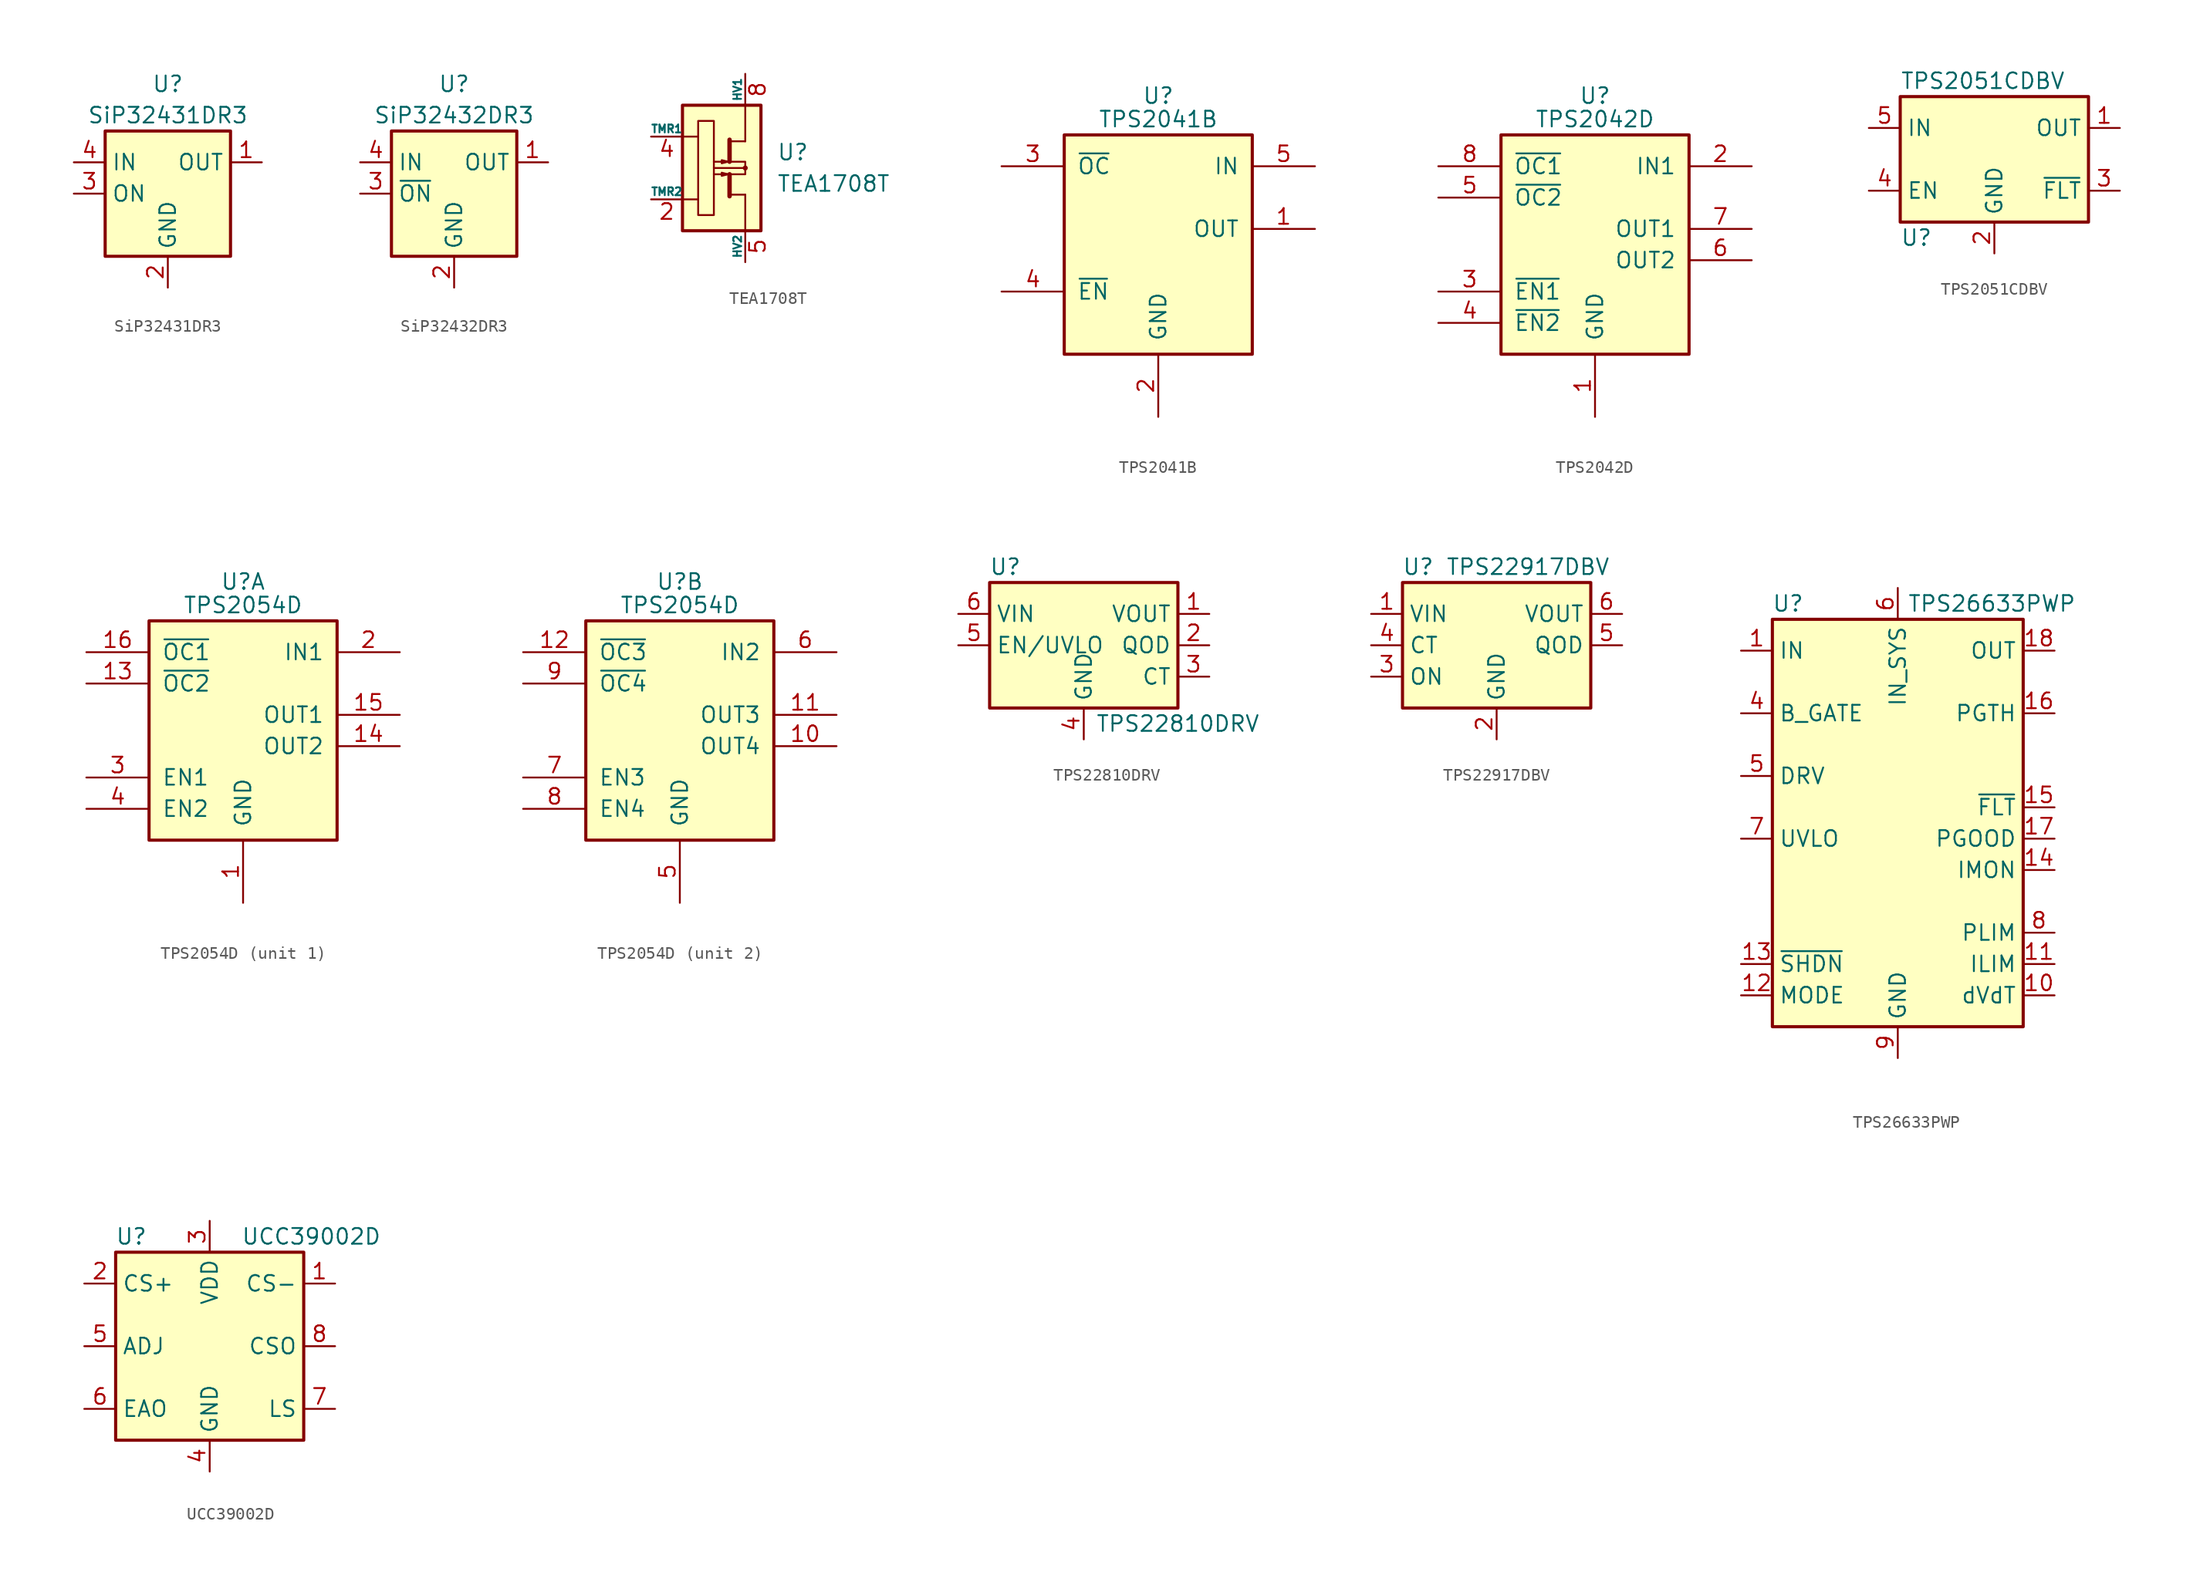
<source format=kicad_sym>
(kicad_symbol_lib
  (version 20231120)
  (generator "kicad_symbol_editor")
  (generator_version "8.0")
  (symbol "SiP32431DR3"
    (property "Reference" "U"
      (at 0 8.89 0)
      (effects (font (size 1.27 1.27))))
    (property "Value" "SiP32431DR3"
      (at 0 6.35 0)
      (effects (font (size 1.27 1.27))))
    (symbol "SiP32431DR3_0_1"
      (rectangle (start -5.08 5.08) (end 5.08 -5.08) (stroke (width 0.254) (type default)) (fill (type background))))
    (symbol "SiP32431DR3_1_1"
      (pin passive line (at 7.62 2.54 180) (length 2.54) (name "OUT" (effects (font (size 1.27 1.27)))) (number "1" (effects (font (size 1.27 1.27)))))
      (pin power_in line (at 0 -7.62 90) (length 2.54) (name "GND" (effects (font (size 1.27 1.27)))) (number "2" (effects (font (size 1.27 1.27)))))
      (pin input line (at -7.62 0 0) (length 2.54) (name "ON" (effects (font (size 1.27 1.27)))) (number "3" (effects (font (size 1.27 1.27)))))
      (pin passive line (at -7.62 2.54 0) (length 2.54) (name "IN" (effects (font (size 1.27 1.27)))) (number "4" (effects (font (size 1.27 1.27)))))
      (pin passive line (at 0 -7.62 90) (length 2.54) hide (name "GND" (effects (font (size 1.27 1.27)))) (number "5" (effects (font (size 1.27 1.27)))))
      (pin no_connect line (at 5.08 0 180) (length 2.54) hide (name "NC" (effects (font (size 1.27 1.27)))) (number "6" (effects (font (size 1.27 1.27)))))))
  (symbol "SiP32432DR3"
    (property "Reference" "U"
      (at 0 8.89 0)
      (effects (font (size 1.27 1.27))))
    (property "Value" "SiP32432DR3"
      (at 0 6.35 0)
      (effects (font (size 1.27 1.27))))
    (symbol "SiP32432DR3_0_1"
      (rectangle (start -5.08 5.08) (end 5.08 -5.08) (stroke (width 0.254) (type default)) (fill (type background))))
    (symbol "SiP32432DR3_1_1"
      (pin passive line (at 7.62 2.54 180) (length 2.54) (name "OUT" (effects (font (size 1.27 1.27)))) (number "1" (effects (font (size 1.27 1.27)))))
      (pin power_in line (at 0 -7.62 90) (length 2.54) (name "GND" (effects (font (size 1.27 1.27)))) (number "2" (effects (font (size 1.27 1.27)))))
      (pin input line (at -7.62 0 0) (length 2.54) (name "~{ON}" (effects (font (size 1.27 1.27)))) (number "3" (effects (font (size 1.27 1.27)))))
      (pin passive line (at -7.62 2.54 0) (length 2.54) (name "IN" (effects (font (size 1.27 1.27)))) (number "4" (effects (font (size 1.27 1.27)))))
      (pin passive line (at 0 -7.62 90) (length 2.54) hide (name "GND" (effects (font (size 1.27 1.27)))) (number "5" (effects (font (size 1.27 1.27)))))
      (pin no_connect line (at 5.08 0 180) (length 2.54) hide (name "NC" (effects (font (size 1.27 1.27)))) (number "6" (effects (font (size 1.27 1.27)))))))
  (symbol "TEA1708T"
    (pin_names
      (offset 0))
    (property "Reference" "U"
      (at 5.08 1.27 0)
      (effects (font (size 1.27 1.27)) (justify left)))
    (property "Value" "TEA1708T"
      (at 5.08 -1.27 0)
      (effects (font (size 1.27 1.27)) (justify left)))
    (symbol "TEA1708T_0_1"
      (rectangle (start -2.54 5.08) (end 3.81 -5.08) (stroke (width 0.254) (type default)) (fill (type background)))
      (rectangle (start -1.27 3.81) (end 0 -3.81) (stroke (width 0) (type default)) (fill (type none)))
      (polyline (pts (xy -2.54 2.54) (xy -1.27 2.54)) (stroke (width 0) (type default)) (fill (type none)))
      (polyline (pts (xy -1.27 -2.54) (xy -2.54 -2.54)) (stroke (width 0) (type default)) (fill (type none)))
      (polyline (pts (xy 1.27 -2.159) (xy 2.54 -2.159)) (stroke (width 0) (type default)) (fill (type none)))
      (polyline (pts (xy 1.27 2.159) (xy 2.54 2.159)) (stroke (width 0) (type default)) (fill (type none)))
      (polyline (pts (xy 2.413 0) (xy 0 0)) (stroke (width 0) (type default)) (fill (type none)))
      (polyline (pts (xy 2.54 2.159) (xy 2.54 5.08)) (stroke (width 0) (type default)) (fill (type none)))
      (polyline (pts (xy 1.27 -0.508) (xy 1.27 -2.286) (xy 1.27 -2.286)) (stroke (width 0.356) (type default)) (fill (type none)))
      (polyline (pts (xy 1.27 2.286) (xy 1.27 0.508) (xy 1.27 2.032)) (stroke (width 0.356) (type default)) (fill (type none)))
      (polyline (pts (xy 2.54 -2.159) (xy 2.54 -5.08) (xy 2.54 -3.175)) (stroke (width 0) (type default)) (fill (type none)))
      (polyline (pts (xy 0 0.508) (xy 2.54 0.508) (xy 2.54 -0.508) (xy 0 -0.508)) (stroke (width 0) (type default)) (fill (type none)))
      (circle (center 2.54 0) (radius 0.127) (stroke (width 0) (type default)) (fill (type none))))
    (symbol "TEA1708T_1_1"
      (polyline (pts (xy 1.143 -0.508) (xy 0.635 -0.635) (xy 0.635 -0.381) (xy 1.143 -0.508)) (stroke (width 0) (type default)) (fill (type none)))
      (polyline (pts (xy 1.143 0.508) (xy 0.635 0.381) (xy 0.635 0.635) (xy 1.143 0.508)) (stroke (width 0) (type default)) (fill (type none)))
      (pin no_connect line (at -2.54 5.08 0) (length 2.54) hide (name "NC" (effects (font (size 1.27 1.27)))) (number "1" (effects (font (size 1.27 1.27)))))
      (pin passive line (at -5.08 -2.54 0) (length 2.54) (name "TMR2" (effects (font (size 0.635 0.635)))) (number "2" (effects (font (size 1.27 1.27)))))
      (pin no_connect line (at -2.54 2.54 0) (length 2.54) hide (name "NC" (effects (font (size 1.27 1.27)))) (number "3" (effects (font (size 1.27 1.27)))))
      (pin passive line (at -5.08 2.54 0) (length 2.54) (name "TMR1" (effects (font (size 0.635 0.635)))) (number "4" (effects (font (size 1.27 1.27)))))
      (pin passive line (at 2.54 -7.62 90) (length 2.54) (name "HV2" (effects (font (size 0.635 0.635)))) (number "5" (effects (font (size 1.27 1.27)))))
      (pin no_connect line (at -2.54 -2.54 0) (length 2.54) hide (name "NC" (effects (font (size 1.27 1.27)))) (number "6" (effects (font (size 1.27 1.27)))))
      (pin no_connect line (at -2.54 -5.08 0) (length 2.54) hide (name "NC" (effects (font (size 1.27 1.27)))) (number "7" (effects (font (size 1.27 1.27)))))
      (pin passive line (at 2.54 7.62 270) (length 2.54) (name "HV1" (effects (font (size 0.635 0.635)))) (number "8" (effects (font (size 1.27 1.27)))))))
  (symbol "TPS2041B"
    (pin_names
      (offset 1.016))
    (property "Reference" "U"
      (at 0 10.795 0)
      (effects (font (size 1.27 1.27))))
    (property "Value" "TPS2041B"
      (at 0 8.89 0)
      (effects (font (size 1.27 1.27))))
    (symbol "TPS2041B_0_1"
      (rectangle (start -7.62 7.62) (end 7.62 -10.16) (stroke (width 0.254) (type default)) (fill (type background))))
    (symbol "TPS2041B_1_1"
      (pin power_out line (at 12.7 0 180) (length 5.08) (name "OUT" (effects (font (size 1.27 1.27)))) (number "1" (effects (font (size 1.27 1.27)))))
      (pin power_in line (at 0 -15.24 90) (length 5.08) (name "GND" (effects (font (size 1.27 1.27)))) (number "2" (effects (font (size 1.27 1.27)))))
      (pin open_collector line (at -12.7 5.08 0) (length 5.08) (name "~{OC}" (effects (font (size 1.27 1.27)))) (number "3" (effects (font (size 1.27 1.27)))))
      (pin input line (at -12.7 -5.08 0) (length 5.08) (name "~{EN}" (effects (font (size 1.27 1.27)))) (number "4" (effects (font (size 1.27 1.27)))))
      (pin power_in line (at 12.7 5.08 180) (length 5.08) (name "IN" (effects (font (size 1.27 1.27)))) (number "5" (effects (font (size 1.27 1.27)))))))
  (symbol "TPS2042D"
    (pin_names
      (offset 1.016))
    (property "Reference" "U"
      (at 0 10.795 0)
      (effects (font (size 1.27 1.27))))
    (property "Value" "TPS2042D"
      (at 0 8.89 0)
      (effects (font (size 1.27 1.27))))
    (symbol "TPS2042D_0_1"
      (rectangle (start -7.62 7.62) (end 7.62 -10.16) (stroke (width 0.254) (type default)) (fill (type background))))
    (symbol "TPS2042D_1_1"
      (pin power_in line (at 0 -15.24 90) (length 5.08) (name "GND" (effects (font (size 1.27 1.27)))) (number "1" (effects (font (size 1.27 1.27)))))
      (pin power_in line (at 12.7 5.08 180) (length 5.08) (name "IN1" (effects (font (size 1.27 1.27)))) (number "2" (effects (font (size 1.27 1.27)))))
      (pin input line (at -12.7 -5.08 0) (length 5.08) (name "~{EN1}" (effects (font (size 1.27 1.27)))) (number "3" (effects (font (size 1.27 1.27)))))
      (pin input line (at -12.7 -7.62 0) (length 5.08) (name "~{EN2}" (effects (font (size 1.27 1.27)))) (number "4" (effects (font (size 1.27 1.27)))))
      (pin open_collector line (at -12.7 2.54 0) (length 5.08) (name "~{OC2}" (effects (font (size 1.27 1.27)))) (number "5" (effects (font (size 1.27 1.27)))))
      (pin power_out line (at 12.7 -2.54 180) (length 5.08) (name "OUT2" (effects (font (size 1.27 1.27)))) (number "6" (effects (font (size 1.27 1.27)))))
      (pin power_out line (at 12.7 0 180) (length 5.08) (name "OUT1" (effects (font (size 1.27 1.27)))) (number "7" (effects (font (size 1.27 1.27)))))
      (pin open_collector line (at -12.7 5.08 0) (length 5.08) (name "~{OC1}" (effects (font (size 1.27 1.27)))) (number "8" (effects (font (size 1.27 1.27)))))))
  (symbol "TPS2051CDBV"
    (property "Reference" "U"
      (at -7.62 -6.35 0)
      (effects (font (size 1.27 1.27)) (justify left)))
    (property "Value" "TPS2051CDBV"
      (at -7.62 6.35 0)
      (effects (font (size 1.27 1.27)) (justify left)))
    (symbol "TPS2051CDBV_0_1"
      (rectangle (start -7.62 5.08) (end 7.62 -5.08) (stroke (width 0.254) (type default)) (fill (type background))))
    (symbol "TPS2051CDBV_1_1"
      (pin power_out line (at 10.16 2.54 180) (length 2.54) (name "OUT" (effects (font (size 1.27 1.27)))) (number "1" (effects (font (size 1.27 1.27)))))
      (pin power_in line (at 0 -7.62 90) (length 2.54) (name "GND" (effects (font (size 1.27 1.27)))) (number "2" (effects (font (size 1.27 1.27)))))
      (pin open_collector line (at 10.16 -2.54 180) (length 2.54) (name "~{FLT}" (effects (font (size 1.27 1.27)))) (number "3" (effects (font (size 1.27 1.27)))))
      (pin input line (at -10.16 -2.54 0) (length 2.54) (name "EN" (effects (font (size 1.27 1.27)))) (number "4" (effects (font (size 1.27 1.27)))))
      (pin power_in line (at -10.16 2.54 0) (length 2.54) (name "IN" (effects (font (size 1.27 1.27)))) (number "5" (effects (font (size 1.27 1.27)))))))
  (symbol "TPS2054D"
    (pin_names
      (offset 1.016))
    (property "Reference" "U"
      (at 0 10.795 0)
      (effects (font (size 1.27 1.27))))
    (property "Value" "TPS2054D"
      (at 0 8.89 0)
      (effects (font (size 1.27 1.27))))
    (property "ki_locked" ""
      (at 0 0 0)
      (effects (font (size 1.27 1.27))))
    (symbol "TPS2054D_0_1"
      (rectangle (start -7.62 7.62) (end 7.62 -10.16) (stroke (width 0.254) (type default)) (fill (type background))))
    (symbol "TPS2054D_1_1"
      (pin power_in line (at 0 -15.24 90) (length 5.08) (name "GND" (effects (font (size 1.27 1.27)))) (number "1" (effects (font (size 1.27 1.27)))))
      (pin open_collector line (at -12.7 2.54 0) (length 5.08) (name "~{OC2}" (effects (font (size 1.27 1.27)))) (number "13" (effects (font (size 1.27 1.27)))))
      (pin passive line (at 12.7 -2.54 180) (length 5.08) (name "OUT2" (effects (font (size 1.27 1.27)))) (number "14" (effects (font (size 1.27 1.27)))))
      (pin passive line (at 12.7 0 180) (length 5.08) (name "OUT1" (effects (font (size 1.27 1.27)))) (number "15" (effects (font (size 1.27 1.27)))))
      (pin open_collector line (at -12.7 5.08 0) (length 5.08) (name "~{OC1}" (effects (font (size 1.27 1.27)))) (number "16" (effects (font (size 1.27 1.27)))))
      (pin passive line (at 12.7 5.08 180) (length 5.08) (name "IN1" (effects (font (size 1.27 1.27)))) (number "2" (effects (font (size 1.27 1.27)))))
      (pin input line (at -12.7 -5.08 0) (length 5.08) (name "EN1" (effects (font (size 1.27 1.27)))) (number "3" (effects (font (size 1.27 1.27)))))
      (pin input line (at -12.7 -7.62 0) (length 5.08) (name "EN2" (effects (font (size 1.27 1.27)))) (number "4" (effects (font (size 1.27 1.27))))))
    (symbol "TPS2054D_2_1"
      (pin passive line (at 12.7 -2.54 180) (length 5.08) (name "OUT4" (effects (font (size 1.27 1.27)))) (number "10" (effects (font (size 1.27 1.27)))))
      (pin passive line (at 12.7 0 180) (length 5.08) (name "OUT3" (effects (font (size 1.27 1.27)))) (number "11" (effects (font (size 1.27 1.27)))))
      (pin open_collector line (at -12.7 5.08 0) (length 5.08) (name "~{OC3}" (effects (font (size 1.27 1.27)))) (number "12" (effects (font (size 1.27 1.27)))))
      (pin power_in line (at 0 -15.24 90) (length 5.08) (name "GND" (effects (font (size 1.27 1.27)))) (number "5" (effects (font (size 1.27 1.27)))))
      (pin passive line (at 12.7 5.08 180) (length 5.08) (name "IN2" (effects (font (size 1.27 1.27)))) (number "6" (effects (font (size 1.27 1.27)))))
      (pin input line (at -12.7 -5.08 0) (length 5.08) (name "EN3" (effects (font (size 1.27 1.27)))) (number "7" (effects (font (size 1.27 1.27)))))
      (pin input line (at -12.7 -7.62 0) (length 5.08) (name "EN4" (effects (font (size 1.27 1.27)))) (number "8" (effects (font (size 1.27 1.27)))))
      (pin open_collector line (at -12.7 2.54 0) (length 5.08) (name "~{OC4}" (effects (font (size 1.27 1.27)))) (number "9" (effects (font (size 1.27 1.27)))))))
  (symbol "TPS22810DRV"
    (property "Reference" "U"
      (at -6.35 6.35 0)
      (effects (font (size 1.27 1.27))))
    (property "Value" "TPS22810DRV"
      (at 7.62 -6.35 0)
      (effects (font (size 1.27 1.27))))
    (symbol "TPS22810DRV_1_1"
      (rectangle (start -7.62 5.08) (end 7.62 -5.08) (stroke (width 0.254) (type default)) (fill (type background)))
      (pin power_out line (at 10.16 2.54 180) (length 2.54) (name "VOUT" (effects (font (size 1.27 1.27)))) (number "1" (effects (font (size 1.27 1.27)))))
      (pin open_collector line (at 10.16 0 180) (length 2.54) (name "QOD" (effects (font (size 1.27 1.27)))) (number "2" (effects (font (size 1.27 1.27)))))
      (pin output line (at 10.16 -2.54 180) (length 2.54) (name "CT" (effects (font (size 1.27 1.27)))) (number "3" (effects (font (size 1.27 1.27)))))
      (pin power_in line (at 0 -7.62 90) (length 2.54) (name "GND" (effects (font (size 1.27 1.27)))) (number "4" (effects (font (size 1.27 1.27)))))
      (pin input line (at -10.16 0 0) (length 2.54) (name "EN/UVLO" (effects (font (size 1.27 1.27)))) (number "5" (effects (font (size 1.27 1.27)))))
      (pin power_in line (at -10.16 2.54 0) (length 2.54) (name "VIN" (effects (font (size 1.27 1.27)))) (number "6" (effects (font (size 1.27 1.27)))))
      (pin passive line (at 0 -7.62 90) (length 2.54) hide (name "GND" (effects (font (size 1.27 1.27)))) (number "7" (effects (font (size 1.27 1.27)))))))
  (symbol "TPS22917DBV"
    (property "Reference" "U"
      (at -6.35 6.35 0)
      (effects (font (size 1.27 1.27))))
    (property "Value" "TPS22917DBV"
      (at 2.54 6.35 0)
      (effects (font (size 1.27 1.27))))
    (symbol "TPS22917DBV_0_1"
      (rectangle (start -7.62 5.08) (end 7.62 -5.08) (stroke (width 0.254) (type default)) (fill (type background))))
    (symbol "TPS22917DBV_1_1"
      (pin power_in line (at -10.16 2.54 0) (length 2.54) (name "VIN" (effects (font (size 1.27 1.27)))) (number "1" (effects (font (size 1.27 1.27)))))
      (pin power_in line (at 0 -7.62 90) (length 2.54) (name "GND" (effects (font (size 1.27 1.27)))) (number "2" (effects (font (size 1.27 1.27)))))
      (pin input line (at -10.16 -2.54 0) (length 2.54) (name "ON" (effects (font (size 1.27 1.27)))) (number "3" (effects (font (size 1.27 1.27)))))
      (pin output line (at -10.16 0 0) (length 2.54) (name "CT" (effects (font (size 1.27 1.27)))) (number "4" (effects (font (size 1.27 1.27)))))
      (pin open_collector line (at 10.16 0 180) (length 2.54) (name "QOD" (effects (font (size 1.27 1.27)))) (number "5" (effects (font (size 1.27 1.27)))))
      (pin power_out line (at 10.16 2.54 180) (length 2.54) (name "VOUT" (effects (font (size 1.27 1.27)))) (number "6" (effects (font (size 1.27 1.27)))))))
  (symbol "TPS26633PWP"
    (property "Reference" "U"
      (at -8.89 16.51 0)
      (effects (font (size 1.27 1.27))))
    (property "Value" "TPS26633PWP"
      (at 7.62 16.51 0)
      (effects (font (size 1.27 1.27))))
    (symbol "TPS26633PWP_0_1"
      (rectangle (start -10.16 15.24) (end 10.16 -17.78) (stroke (width 0.254) (type default)) (fill (type background))))
    (symbol "TPS26633PWP_1_1"
      (pin power_in line (at -12.7 12.7 0) (length 2.54) (name "IN" (effects (font (size 1.27 1.27)))) (number "1" (effects (font (size 1.27 1.27)))))
      (pin passive line (at 12.7 -15.24 180) (length 2.54) (name "dVdT" (effects (font (size 1.27 1.27)))) (number "10" (effects (font (size 1.27 1.27)))))
      (pin passive line (at 12.7 -12.7 180) (length 2.54) (name "ILIM" (effects (font (size 1.27 1.27)))) (number "11" (effects (font (size 1.27 1.27)))))
      (pin input line (at -12.7 -15.24 0) (length 2.54) (name "MODE" (effects (font (size 1.27 1.27)))) (number "12" (effects (font (size 1.27 1.27)))))
      (pin input line (at -12.7 -12.7 0) (length 2.54) (name "~{SHDN}" (effects (font (size 1.27 1.27)))) (number "13" (effects (font (size 1.27 1.27)))))
      (pin output line (at 12.7 -5.08 180) (length 2.54) (name "IMON" (effects (font (size 1.27 1.27)))) (number "14" (effects (font (size 1.27 1.27)))))
      (pin open_collector line (at 12.7 0 180) (length 2.54) (name "~{FLT}" (effects (font (size 1.27 1.27)))) (number "15" (effects (font (size 1.27 1.27)))))
      (pin input line (at 12.7 7.62 180) (length 2.54) (name "PGTH" (effects (font (size 1.27 1.27)))) (number "16" (effects (font (size 1.27 1.27)))))
      (pin output line (at 12.7 -2.54 180) (length 2.54) (name "PGOOD" (effects (font (size 1.27 1.27)))) (number "17" (effects (font (size 1.27 1.27)))))
      (pin power_out line (at 12.7 12.7 180) (length 2.54) (name "OUT" (effects (font (size 1.27 1.27)))) (number "18" (effects (font (size 1.27 1.27)))))
      (pin passive line (at 12.7 12.7 180) (length 2.54) hide (name "OUT" (effects (font (size 1.27 1.27)))) (number "19" (effects (font (size 1.27 1.27)))))
      (pin passive line (at -12.7 12.7 0) (length 2.54) hide (name "IN" (effects (font (size 1.27 1.27)))) (number "2" (effects (font (size 1.27 1.27)))))
      (pin passive line (at 12.7 12.7 180) (length 2.54) hide (name "OUT" (effects (font (size 1.27 1.27)))) (number "20" (effects (font (size 1.27 1.27)))))
      (pin passive line (at 0 -20.32 90) (length 2.54) hide (name "GND" (effects (font (size 1.27 1.27)))) (number "21" (effects (font (size 1.27 1.27)))))
      (pin passive line (at -12.7 12.7 0) (length 2.54) hide (name "IN" (effects (font (size 1.27 1.27)))) (number "3" (effects (font (size 1.27 1.27)))))
      (pin output line (at -12.7 7.62 0) (length 2.54) (name "B_GATE" (effects (font (size 1.27 1.27)))) (number "4" (effects (font (size 1.27 1.27)))))
      (pin output line (at -12.7 2.54 0) (length 2.54) (name "DRV" (effects (font (size 1.27 1.27)))) (number "5" (effects (font (size 1.27 1.27)))))
      (pin power_in line (at 0 17.78 270) (length 2.54) (name "IN_SYS" (effects (font (size 1.27 1.27)))) (number "6" (effects (font (size 1.27 1.27)))))
      (pin input line (at -12.7 -2.54 0) (length 2.54) (name "UVLO" (effects (font (size 1.27 1.27)))) (number "7" (effects (font (size 1.27 1.27)))))
      (pin passive line (at 12.7 -10.16 180) (length 2.54) (name "PLIM" (effects (font (size 1.27 1.27)))) (number "8" (effects (font (size 1.27 1.27)))))
      (pin power_in line (at 0 -20.32 90) (length 2.54) (name "GND" (effects (font (size 1.27 1.27)))) (number "9" (effects (font (size 1.27 1.27)))))))
  (symbol "UCC39002D"
    (property "Reference" "U"
      (at -6.35 8.89 0)
      (effects (font (size 1.27 1.27))))
    (property "Value" "UCC39002D"
      (at 2.54 8.89 0)
      (effects (font (size 1.27 1.27)) (justify left)))
    (symbol "UCC39002D_0_1"
      (rectangle (start -7.62 7.62) (end 7.62 -7.62) (stroke (width 0.254) (type default)) (fill (type background))))
    (symbol "UCC39002D_1_1"
      (pin input line (at 10.16 5.08 180) (length 2.54) (name "CS-" (effects (font (size 1.27 1.27)))) (number "1" (effects (font (size 1.27 1.27)))))
      (pin input line (at -10.16 5.08 0) (length 2.54) (name "CS+" (effects (font (size 1.27 1.27)))) (number "2" (effects (font (size 1.27 1.27)))))
      (pin power_in line (at 0 10.16 270) (length 2.54) (name "VDD" (effects (font (size 1.27 1.27)))) (number "3" (effects (font (size 1.27 1.27)))))
      (pin power_in line (at 0 -10.16 90) (length 2.54) (name "GND" (effects (font (size 1.27 1.27)))) (number "4" (effects (font (size 1.27 1.27)))))
      (pin open_collector line (at -10.16 0 0) (length 2.54) (name "ADJ" (effects (font (size 1.27 1.27)))) (number "5" (effects (font (size 1.27 1.27)))))
      (pin passive line (at -10.16 -5.08 0) (length 2.54) (name "EAO" (effects (font (size 1.27 1.27)))) (number "6" (effects (font (size 1.27 1.27)))))
      (pin passive line (at 10.16 -5.08 180) (length 2.54) (name "LS" (effects (font (size 1.27 1.27)))) (number "7" (effects (font (size 1.27 1.27)))))
      (pin output line (at 10.16 0 180) (length 2.54) (name "CSO" (effects (font (size 1.27 1.27)))) (number "8" (effects (font (size 1.27 1.27))))))))
</source>
